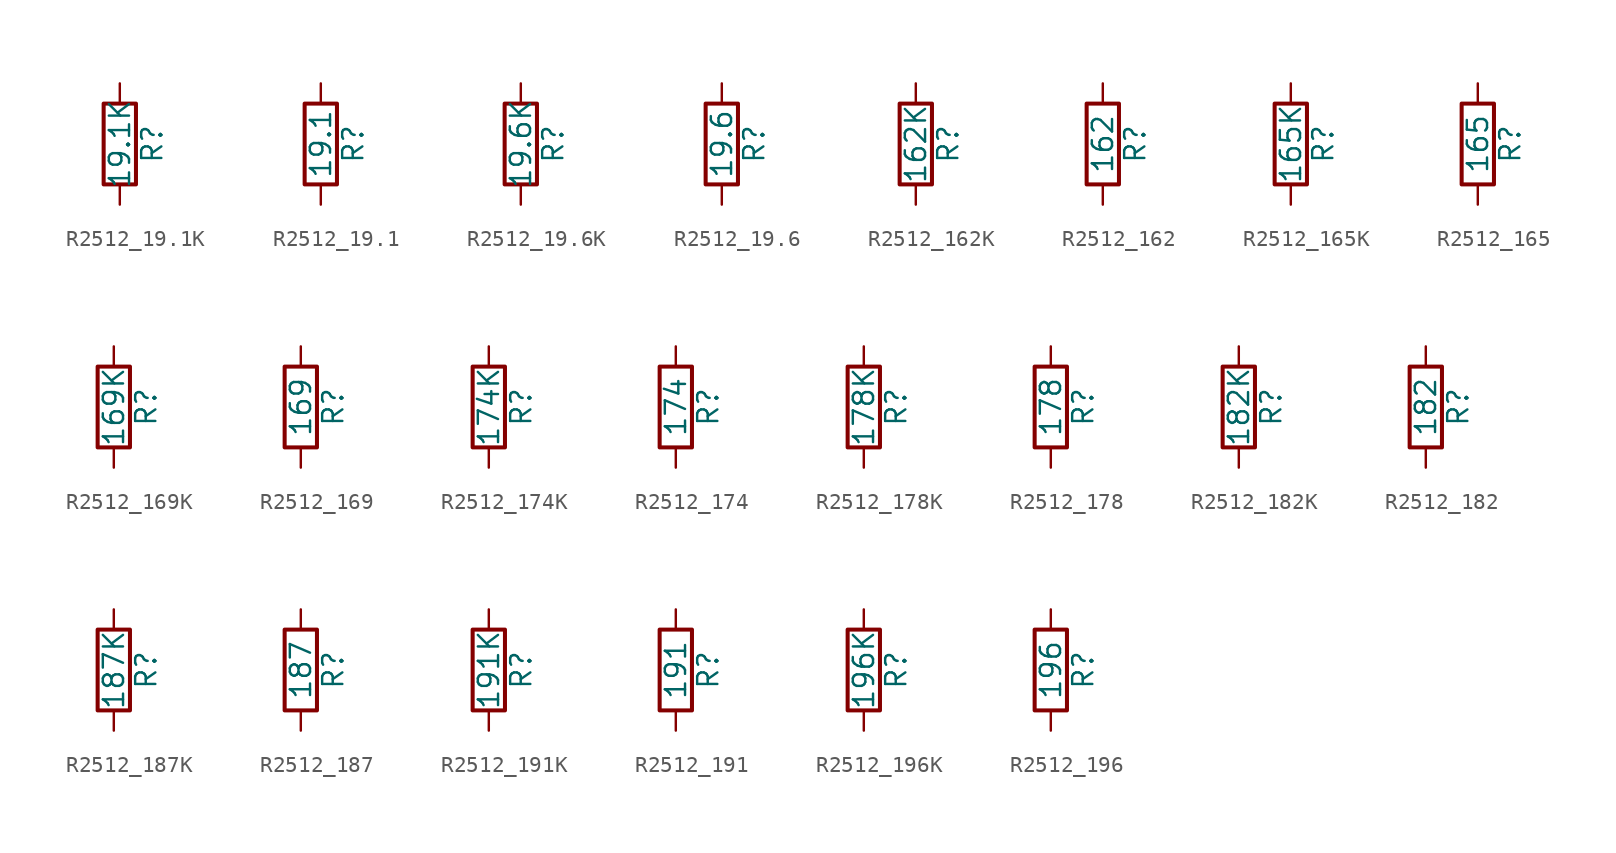
<source format=kicad_sym>
(kicad_symbol_lib
  (version 20211014)
  (generator atlantix-eda)
  (symbol "R2512_19.1K"
    (pin_numbers hide)
    (pin_names
      (offset 0))
    (property "Reference" "R"
      (at 2.032 0 90)
      (effects (font (size 1.27 1.27))))
    (property "Value" "19.1K"
      (at 0 0 90)
      (effects (font (size 1.27 1.27))))
    (symbol "R2512_19.1K_0_1"
      (rectangle (start -1.016 -2.54) (end 1.016 2.54) (stroke (width 0.254) (type default) (color 0 0 0 0)) (fill (type none))))
    (symbol "R2512_19.1K_1_1"
      (pin passive line (at 0 3.81 270) (length 1.27) (name "~" (effects (font (size 1.27 1.27)))) (number "1" (effects (font (size 1.27 1.27)))))
      (pin passive line (at 0 -3.81 90) (length 1.27) (name "~" (effects (font (size 1.27 1.27)))) (number "2" (effects (font (size 1.27 1.27)))))))
  (symbol "R2512_19.1"
    (pin_numbers hide)
    (pin_names
      (offset 0))
    (property "Reference" "R"
      (at 2.032 0 90)
      (effects (font (size 1.27 1.27))))
    (property "Value" "19.1"
      (at 0 0 90)
      (effects (font (size 1.27 1.27))))
    (symbol "R2512_19.1_0_1"
      (rectangle (start -1.016 -2.54) (end 1.016 2.54) (stroke (width 0.254) (type default) (color 0 0 0 0)) (fill (type none))))
    (symbol "R2512_19.1_1_1"
      (pin passive line (at 0 3.81 270) (length 1.27) (name "~" (effects (font (size 1.27 1.27)))) (number "1" (effects (font (size 1.27 1.27)))))
      (pin passive line (at 0 -3.81 90) (length 1.27) (name "~" (effects (font (size 1.27 1.27)))) (number "2" (effects (font (size 1.27 1.27)))))))
  (symbol "R2512_19.6K"
    (pin_numbers hide)
    (pin_names
      (offset 0))
    (property "Reference" "R"
      (at 2.032 0 90)
      (effects (font (size 1.27 1.27))))
    (property "Value" "19.6K"
      (at 0 0 90)
      (effects (font (size 1.27 1.27))))
    (symbol "R2512_19.6K_0_1"
      (rectangle (start -1.016 -2.54) (end 1.016 2.54) (stroke (width 0.254) (type default) (color 0 0 0 0)) (fill (type none))))
    (symbol "R2512_19.6K_1_1"
      (pin passive line (at 0 3.81 270) (length 1.27) (name "~" (effects (font (size 1.27 1.27)))) (number "1" (effects (font (size 1.27 1.27)))))
      (pin passive line (at 0 -3.81 90) (length 1.27) (name "~" (effects (font (size 1.27 1.27)))) (number "2" (effects (font (size 1.27 1.27)))))))
  (symbol "R2512_19.6"
    (pin_numbers hide)
    (pin_names
      (offset 0))
    (property "Reference" "R"
      (at 2.032 0 90)
      (effects (font (size 1.27 1.27))))
    (property "Value" "19.6"
      (at 0 0 90)
      (effects (font (size 1.27 1.27))))
    (symbol "R2512_19.6_0_1"
      (rectangle (start -1.016 -2.54) (end 1.016 2.54) (stroke (width 0.254) (type default) (color 0 0 0 0)) (fill (type none))))
    (symbol "R2512_19.6_1_1"
      (pin passive line (at 0 3.81 270) (length 1.27) (name "~" (effects (font (size 1.27 1.27)))) (number "1" (effects (font (size 1.27 1.27)))))
      (pin passive line (at 0 -3.81 90) (length 1.27) (name "~" (effects (font (size 1.27 1.27)))) (number "2" (effects (font (size 1.27 1.27)))))))
  (symbol "R2512_162K"
    (pin_numbers hide)
    (pin_names
      (offset 0))
    (property "Reference" "R"
      (at 2.032 0 90)
      (effects (font (size 1.27 1.27))))
    (property "Value" "162K"
      (at 0 0 90)
      (effects (font (size 1.27 1.27))))
    (symbol "R2512_162K_0_1"
      (rectangle (start -1.016 -2.54) (end 1.016 2.54) (stroke (width 0.254) (type default) (color 0 0 0 0)) (fill (type none))))
    (symbol "R2512_162K_1_1"
      (pin passive line (at 0 3.81 270) (length 1.27) (name "~" (effects (font (size 1.27 1.27)))) (number "1" (effects (font (size 1.27 1.27)))))
      (pin passive line (at 0 -3.81 90) (length 1.27) (name "~" (effects (font (size 1.27 1.27)))) (number "2" (effects (font (size 1.27 1.27)))))))
  (symbol "R2512_162"
    (pin_numbers hide)
    (pin_names
      (offset 0))
    (property "Reference" "R"
      (at 2.032 0 90)
      (effects (font (size 1.27 1.27))))
    (property "Value" "162"
      (at 0 0 90)
      (effects (font (size 1.27 1.27))))
    (symbol "R2512_162_0_1"
      (rectangle (start -1.016 -2.54) (end 1.016 2.54) (stroke (width 0.254) (type default) (color 0 0 0 0)) (fill (type none))))
    (symbol "R2512_162_1_1"
      (pin passive line (at 0 3.81 270) (length 1.27) (name "~" (effects (font (size 1.27 1.27)))) (number "1" (effects (font (size 1.27 1.27)))))
      (pin passive line (at 0 -3.81 90) (length 1.27) (name "~" (effects (font (size 1.27 1.27)))) (number "2" (effects (font (size 1.27 1.27)))))))
  (symbol "R2512_165K"
    (pin_numbers hide)
    (pin_names
      (offset 0))
    (property "Reference" "R"
      (at 2.032 0 90)
      (effects (font (size 1.27 1.27))))
    (property "Value" "165K"
      (at 0 0 90)
      (effects (font (size 1.27 1.27))))
    (symbol "R2512_165K_0_1"
      (rectangle (start -1.016 -2.54) (end 1.016 2.54) (stroke (width 0.254) (type default) (color 0 0 0 0)) (fill (type none))))
    (symbol "R2512_165K_1_1"
      (pin passive line (at 0 3.81 270) (length 1.27) (name "~" (effects (font (size 1.27 1.27)))) (number "1" (effects (font (size 1.27 1.27)))))
      (pin passive line (at 0 -3.81 90) (length 1.27) (name "~" (effects (font (size 1.27 1.27)))) (number "2" (effects (font (size 1.27 1.27)))))))
  (symbol "R2512_165"
    (pin_numbers hide)
    (pin_names
      (offset 0))
    (property "Reference" "R"
      (at 2.032 0 90)
      (effects (font (size 1.27 1.27))))
    (property "Value" "165"
      (at 0 0 90)
      (effects (font (size 1.27 1.27))))
    (symbol "R2512_165_0_1"
      (rectangle (start -1.016 -2.54) (end 1.016 2.54) (stroke (width 0.254) (type default) (color 0 0 0 0)) (fill (type none))))
    (symbol "R2512_165_1_1"
      (pin passive line (at 0 3.81 270) (length 1.27) (name "~" (effects (font (size 1.27 1.27)))) (number "1" (effects (font (size 1.27 1.27)))))
      (pin passive line (at 0 -3.81 90) (length 1.27) (name "~" (effects (font (size 1.27 1.27)))) (number "2" (effects (font (size 1.27 1.27)))))))
  (symbol "R2512_169K"
    (pin_numbers hide)
    (pin_names
      (offset 0))
    (property "Reference" "R"
      (at 2.032 0 90)
      (effects (font (size 1.27 1.27))))
    (property "Value" "169K"
      (at 0 0 90)
      (effects (font (size 1.27 1.27))))
    (symbol "R2512_169K_0_1"
      (rectangle (start -1.016 -2.54) (end 1.016 2.54) (stroke (width 0.254) (type default) (color 0 0 0 0)) (fill (type none))))
    (symbol "R2512_169K_1_1"
      (pin passive line (at 0 3.81 270) (length 1.27) (name "~" (effects (font (size 1.27 1.27)))) (number "1" (effects (font (size 1.27 1.27)))))
      (pin passive line (at 0 -3.81 90) (length 1.27) (name "~" (effects (font (size 1.27 1.27)))) (number "2" (effects (font (size 1.27 1.27)))))))
  (symbol "R2512_169"
    (pin_numbers hide)
    (pin_names
      (offset 0))
    (property "Reference" "R"
      (at 2.032 0 90)
      (effects (font (size 1.27 1.27))))
    (property "Value" "169"
      (at 0 0 90)
      (effects (font (size 1.27 1.27))))
    (symbol "R2512_169_0_1"
      (rectangle (start -1.016 -2.54) (end 1.016 2.54) (stroke (width 0.254) (type default) (color 0 0 0 0)) (fill (type none))))
    (symbol "R2512_169_1_1"
      (pin passive line (at 0 3.81 270) (length 1.27) (name "~" (effects (font (size 1.27 1.27)))) (number "1" (effects (font (size 1.27 1.27)))))
      (pin passive line (at 0 -3.81 90) (length 1.27) (name "~" (effects (font (size 1.27 1.27)))) (number "2" (effects (font (size 1.27 1.27)))))))
  (symbol "R2512_174K"
    (pin_numbers hide)
    (pin_names
      (offset 0))
    (property "Reference" "R"
      (at 2.032 0 90)
      (effects (font (size 1.27 1.27))))
    (property "Value" "174K"
      (at 0 0 90)
      (effects (font (size 1.27 1.27))))
    (symbol "R2512_174K_0_1"
      (rectangle (start -1.016 -2.54) (end 1.016 2.54) (stroke (width 0.254) (type default) (color 0 0 0 0)) (fill (type none))))
    (symbol "R2512_174K_1_1"
      (pin passive line (at 0 3.81 270) (length 1.27) (name "~" (effects (font (size 1.27 1.27)))) (number "1" (effects (font (size 1.27 1.27)))))
      (pin passive line (at 0 -3.81 90) (length 1.27) (name "~" (effects (font (size 1.27 1.27)))) (number "2" (effects (font (size 1.27 1.27)))))))
  (symbol "R2512_174"
    (pin_numbers hide)
    (pin_names
      (offset 0))
    (property "Reference" "R"
      (at 2.032 0 90)
      (effects (font (size 1.27 1.27))))
    (property "Value" "174"
      (at 0 0 90)
      (effects (font (size 1.27 1.27))))
    (symbol "R2512_174_0_1"
      (rectangle (start -1.016 -2.54) (end 1.016 2.54) (stroke (width 0.254) (type default) (color 0 0 0 0)) (fill (type none))))
    (symbol "R2512_174_1_1"
      (pin passive line (at 0 3.81 270) (length 1.27) (name "~" (effects (font (size 1.27 1.27)))) (number "1" (effects (font (size 1.27 1.27)))))
      (pin passive line (at 0 -3.81 90) (length 1.27) (name "~" (effects (font (size 1.27 1.27)))) (number "2" (effects (font (size 1.27 1.27)))))))
  (symbol "R2512_178K"
    (pin_numbers hide)
    (pin_names
      (offset 0))
    (property "Reference" "R"
      (at 2.032 0 90)
      (effects (font (size 1.27 1.27))))
    (property "Value" "178K"
      (at 0 0 90)
      (effects (font (size 1.27 1.27))))
    (symbol "R2512_178K_0_1"
      (rectangle (start -1.016 -2.54) (end 1.016 2.54) (stroke (width 0.254) (type default) (color 0 0 0 0)) (fill (type none))))
    (symbol "R2512_178K_1_1"
      (pin passive line (at 0 3.81 270) (length 1.27) (name "~" (effects (font (size 1.27 1.27)))) (number "1" (effects (font (size 1.27 1.27)))))
      (pin passive line (at 0 -3.81 90) (length 1.27) (name "~" (effects (font (size 1.27 1.27)))) (number "2" (effects (font (size 1.27 1.27)))))))
  (symbol "R2512_178"
    (pin_numbers hide)
    (pin_names
      (offset 0))
    (property "Reference" "R"
      (at 2.032 0 90)
      (effects (font (size 1.27 1.27))))
    (property "Value" "178"
      (at 0 0 90)
      (effects (font (size 1.27 1.27))))
    (symbol "R2512_178_0_1"
      (rectangle (start -1.016 -2.54) (end 1.016 2.54) (stroke (width 0.254) (type default) (color 0 0 0 0)) (fill (type none))))
    (symbol "R2512_178_1_1"
      (pin passive line (at 0 3.81 270) (length 1.27) (name "~" (effects (font (size 1.27 1.27)))) (number "1" (effects (font (size 1.27 1.27)))))
      (pin passive line (at 0 -3.81 90) (length 1.27) (name "~" (effects (font (size 1.27 1.27)))) (number "2" (effects (font (size 1.27 1.27)))))))
  (symbol "R2512_182K"
    (pin_numbers hide)
    (pin_names
      (offset 0))
    (property "Reference" "R"
      (at 2.032 0 90)
      (effects (font (size 1.27 1.27))))
    (property "Value" "182K"
      (at 0 0 90)
      (effects (font (size 1.27 1.27))))
    (symbol "R2512_182K_0_1"
      (rectangle (start -1.016 -2.54) (end 1.016 2.54) (stroke (width 0.254) (type default) (color 0 0 0 0)) (fill (type none))))
    (symbol "R2512_182K_1_1"
      (pin passive line (at 0 3.81 270) (length 1.27) (name "~" (effects (font (size 1.27 1.27)))) (number "1" (effects (font (size 1.27 1.27)))))
      (pin passive line (at 0 -3.81 90) (length 1.27) (name "~" (effects (font (size 1.27 1.27)))) (number "2" (effects (font (size 1.27 1.27)))))))
  (symbol "R2512_182"
    (pin_numbers hide)
    (pin_names
      (offset 0))
    (property "Reference" "R"
      (at 2.032 0 90)
      (effects (font (size 1.27 1.27))))
    (property "Value" "182"
      (at 0 0 90)
      (effects (font (size 1.27 1.27))))
    (symbol "R2512_182_0_1"
      (rectangle (start -1.016 -2.54) (end 1.016 2.54) (stroke (width 0.254) (type default) (color 0 0 0 0)) (fill (type none))))
    (symbol "R2512_182_1_1"
      (pin passive line (at 0 3.81 270) (length 1.27) (name "~" (effects (font (size 1.27 1.27)))) (number "1" (effects (font (size 1.27 1.27)))))
      (pin passive line (at 0 -3.81 90) (length 1.27) (name "~" (effects (font (size 1.27 1.27)))) (number "2" (effects (font (size 1.27 1.27)))))))
  (symbol "R2512_187K"
    (pin_numbers hide)
    (pin_names
      (offset 0))
    (property "Reference" "R"
      (at 2.032 0 90)
      (effects (font (size 1.27 1.27))))
    (property "Value" "187K"
      (at 0 0 90)
      (effects (font (size 1.27 1.27))))
    (symbol "R2512_187K_0_1"
      (rectangle (start -1.016 -2.54) (end 1.016 2.54) (stroke (width 0.254) (type default) (color 0 0 0 0)) (fill (type none))))
    (symbol "R2512_187K_1_1"
      (pin passive line (at 0 3.81 270) (length 1.27) (name "~" (effects (font (size 1.27 1.27)))) (number "1" (effects (font (size 1.27 1.27)))))
      (pin passive line (at 0 -3.81 90) (length 1.27) (name "~" (effects (font (size 1.27 1.27)))) (number "2" (effects (font (size 1.27 1.27)))))))
  (symbol "R2512_187"
    (pin_numbers hide)
    (pin_names
      (offset 0))
    (property "Reference" "R"
      (at 2.032 0 90)
      (effects (font (size 1.27 1.27))))
    (property "Value" "187"
      (at 0 0 90)
      (effects (font (size 1.27 1.27))))
    (symbol "R2512_187_0_1"
      (rectangle (start -1.016 -2.54) (end 1.016 2.54) (stroke (width 0.254) (type default) (color 0 0 0 0)) (fill (type none))))
    (symbol "R2512_187_1_1"
      (pin passive line (at 0 3.81 270) (length 1.27) (name "~" (effects (font (size 1.27 1.27)))) (number "1" (effects (font (size 1.27 1.27)))))
      (pin passive line (at 0 -3.81 90) (length 1.27) (name "~" (effects (font (size 1.27 1.27)))) (number "2" (effects (font (size 1.27 1.27)))))))
  (symbol "R2512_191K"
    (pin_numbers hide)
    (pin_names
      (offset 0))
    (property "Reference" "R"
      (at 2.032 0 90)
      (effects (font (size 1.27 1.27))))
    (property "Value" "191K"
      (at 0 0 90)
      (effects (font (size 1.27 1.27))))
    (symbol "R2512_191K_0_1"
      (rectangle (start -1.016 -2.54) (end 1.016 2.54) (stroke (width 0.254) (type default) (color 0 0 0 0)) (fill (type none))))
    (symbol "R2512_191K_1_1"
      (pin passive line (at 0 3.81 270) (length 1.27) (name "~" (effects (font (size 1.27 1.27)))) (number "1" (effects (font (size 1.27 1.27)))))
      (pin passive line (at 0 -3.81 90) (length 1.27) (name "~" (effects (font (size 1.27 1.27)))) (number "2" (effects (font (size 1.27 1.27)))))))
  (symbol "R2512_191"
    (pin_numbers hide)
    (pin_names
      (offset 0))
    (property "Reference" "R"
      (at 2.032 0 90)
      (effects (font (size 1.27 1.27))))
    (property "Value" "191"
      (at 0 0 90)
      (effects (font (size 1.27 1.27))))
    (symbol "R2512_191_0_1"
      (rectangle (start -1.016 -2.54) (end 1.016 2.54) (stroke (width 0.254) (type default) (color 0 0 0 0)) (fill (type none))))
    (symbol "R2512_191_1_1"
      (pin passive line (at 0 3.81 270) (length 1.27) (name "~" (effects (font (size 1.27 1.27)))) (number "1" (effects (font (size 1.27 1.27)))))
      (pin passive line (at 0 -3.81 90) (length 1.27) (name "~" (effects (font (size 1.27 1.27)))) (number "2" (effects (font (size 1.27 1.27)))))))
  (symbol "R2512_196K"
    (pin_numbers hide)
    (pin_names
      (offset 0))
    (property "Reference" "R"
      (at 2.032 0 90)
      (effects (font (size 1.27 1.27))))
    (property "Value" "196K"
      (at 0 0 90)
      (effects (font (size 1.27 1.27))))
    (symbol "R2512_196K_0_1"
      (rectangle (start -1.016 -2.54) (end 1.016 2.54) (stroke (width 0.254) (type default) (color 0 0 0 0)) (fill (type none))))
    (symbol "R2512_196K_1_1"
      (pin passive line (at 0 3.81 270) (length 1.27) (name "~" (effects (font (size 1.27 1.27)))) (number "1" (effects (font (size 1.27 1.27)))))
      (pin passive line (at 0 -3.81 90) (length 1.27) (name "~" (effects (font (size 1.27 1.27)))) (number "2" (effects (font (size 1.27 1.27)))))))
  (symbol "R2512_196"
    (pin_numbers hide)
    (pin_names
      (offset 0))
    (property "Reference" "R"
      (at 2.032 0 90)
      (effects (font (size 1.27 1.27))))
    (property "Value" "196"
      (at 0 0 90)
      (effects (font (size 1.27 1.27))))
    (symbol "R2512_196_0_1"
      (rectangle (start -1.016 -2.54) (end 1.016 2.54) (stroke (width 0.254) (type default) (color 0 0 0 0)) (fill (type none))))
    (symbol "R2512_196_1_1"
      (pin passive line (at 0 3.81 270) (length 1.27) (name "~" (effects (font (size 1.27 1.27)))) (number "1" (effects (font (size 1.27 1.27)))))
      (pin passive line (at 0 -3.81 90) (length 1.27) (name "~" (effects (font (size 1.27 1.27)))) (number "2" (effects (font (size 1.27 1.27))))))))
</source>
